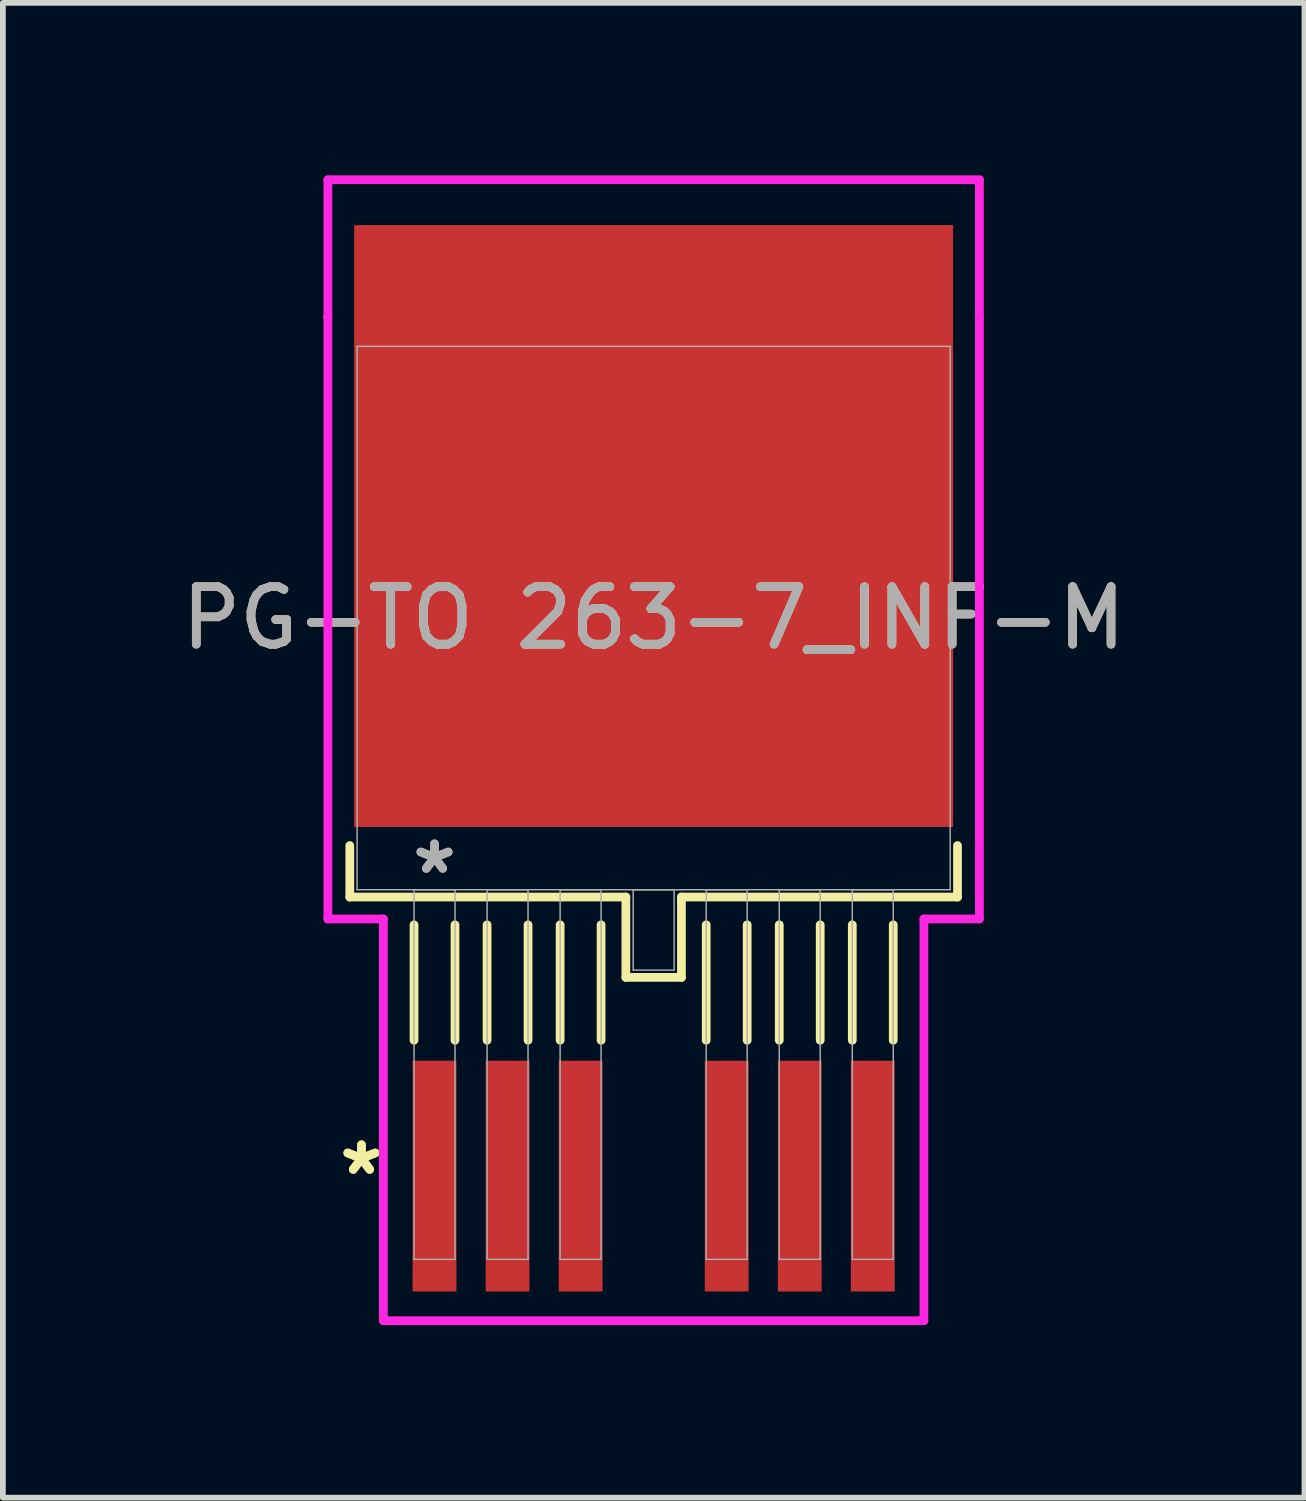
<source format=kicad_pcb>
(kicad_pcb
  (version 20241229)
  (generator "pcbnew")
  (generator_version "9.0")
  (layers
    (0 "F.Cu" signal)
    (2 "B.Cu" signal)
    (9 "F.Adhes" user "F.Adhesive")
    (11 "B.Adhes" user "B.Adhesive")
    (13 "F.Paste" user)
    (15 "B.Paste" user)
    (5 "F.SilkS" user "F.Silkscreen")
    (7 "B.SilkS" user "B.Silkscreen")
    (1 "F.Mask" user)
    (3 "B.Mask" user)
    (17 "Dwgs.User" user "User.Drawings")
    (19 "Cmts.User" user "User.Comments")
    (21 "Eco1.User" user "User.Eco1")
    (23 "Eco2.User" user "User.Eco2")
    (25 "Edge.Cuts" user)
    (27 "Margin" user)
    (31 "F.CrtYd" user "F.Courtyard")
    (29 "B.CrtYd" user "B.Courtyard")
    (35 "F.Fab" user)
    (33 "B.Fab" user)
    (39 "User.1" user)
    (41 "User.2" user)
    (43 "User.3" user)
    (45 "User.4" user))
  (footprint "PG-TO 263-7_INF-M"
    (layer "F.Cu")
    (at 8.315 7.696)
    (property "Reference" "PG-TO 263-7_INF-M" (at 0 0 0) (unlocked yes) (layer "F.SilkS") (effects (font (size 1 1) (thickness 0.15))))
    (attr smd)
    (fp_line (start -5.283 3.956) (end -5.283 4.851) (stroke (width 0.152) (type solid)) (layer "F.SilkS"))
    (fp_line (start -5.283 4.851) (end -0.483 4.851) (stroke (width 0.152) (type solid)) (layer "F.SilkS"))
    (fp_line (start -4.166 5.334) (end -4.166 7.341) (stroke (width 0.152) (type solid)) (layer "F.SilkS"))
    (fp_line (start -3.454 5.334) (end -3.454 7.341) (stroke (width 0.152) (type solid)) (layer "F.SilkS"))
    (fp_line (start -2.896 5.334) (end -2.896 7.341) (stroke (width 0.152) (type solid)) (layer "F.SilkS"))
    (fp_line (start -2.184 5.334) (end -2.184 7.341) (stroke (width 0.152) (type solid)) (layer "F.SilkS"))
    (fp_line (start -1.626 5.334) (end -1.626 7.341) (stroke (width 0.152) (type solid)) (layer "F.SilkS"))
    (fp_line (start -0.914 5.334) (end -0.914 7.341) (stroke (width 0.152) (type solid)) (layer "F.SilkS"))
    (fp_line (start -0.483 4.851) (end -0.483 6.248) (stroke (width 0.152) (type solid)) (layer "F.SilkS"))
    (fp_line (start -0.483 6.248) (end 0.483 6.248) (stroke (width 0.152) (type solid)) (layer "F.SilkS"))
    (fp_line (start 0.483 4.851) (end 5.283 4.851) (stroke (width 0.152) (type solid)) (layer "F.SilkS"))
    (fp_line (start 0.483 6.248) (end 0.483 4.851) (stroke (width 0.152) (type solid)) (layer "F.SilkS"))
    (fp_line (start 0.914 5.334) (end 0.914 7.341) (stroke (width 0.152) (type solid)) (layer "F.SilkS"))
    (fp_line (start 1.626 5.334) (end 1.626 7.341) (stroke (width 0.152) (type solid)) (layer "F.SilkS"))
    (fp_line (start 2.184 5.334) (end 2.184 7.341) (stroke (width 0.152) (type solid)) (layer "F.SilkS"))
    (fp_line (start 2.896 5.334) (end 2.896 7.341) (stroke (width 0.152) (type solid)) (layer "F.SilkS"))
    (fp_line (start 3.454 5.334) (end 3.454 7.341) (stroke (width 0.152) (type solid)) (layer "F.SilkS"))
    (fp_line (start 4.166 5.334) (end 4.166 7.341) (stroke (width 0.152) (type solid)) (layer "F.SilkS"))
    (fp_line (start 5.283 4.851) (end 5.283 3.956) (stroke (width 0.152) (type solid)) (layer "F.SilkS"))
    (fp_line (start -5.664 -7.62) (end 5.664 -7.62) (stroke (width 0.152) (type solid)) (layer "F.CrtYd"))
    (fp_line (start -5.664 -5.232) (end -5.664 -7.62) (stroke (width 0.152) (type solid)) (layer "F.CrtYd"))
    (fp_line (start -5.664 -5.232) (end -5.664 -5.232) (stroke (width 0.152) (type solid)) (layer "F.CrtYd"))
    (fp_line (start -5.664 5.232) (end -5.664 -5.232) (stroke (width 0.152) (type solid)) (layer "F.CrtYd"))
    (fp_line (start -4.699 5.232) (end -5.664 5.232) (stroke (width 0.152) (type solid)) (layer "F.CrtYd"))
    (fp_line (start -4.699 12.217) (end -4.699 5.232) (stroke (width 0.152) (type solid)) (layer "F.CrtYd"))
    (fp_line (start 4.699 5.232) (end 4.699 12.217) (stroke (width 0.152) (type solid)) (layer "F.CrtYd"))
    (fp_line (start 4.699 12.217) (end -4.699 12.217) (stroke (width 0.152) (type solid)) (layer "F.CrtYd"))
    (fp_line (start 5.664 -7.62) (end 5.664 -5.232) (stroke (width 0.152) (type solid)) (layer "F.CrtYd"))
    (fp_line (start 5.664 -5.232) (end 5.664 -5.232) (stroke (width 0.152) (type solid)) (layer "F.CrtYd"))
    (fp_line (start 5.664 -5.232) (end 5.664 5.232) (stroke (width 0.152) (type solid)) (layer "F.CrtYd"))
    (fp_line (start 5.664 5.232) (end 4.699 5.232) (stroke (width 0.152) (type solid)) (layer "F.CrtYd"))
    (fp_line (start -5.156 -4.724) (end -5.156 4.724) (stroke (width 0.025) (type solid)) (layer "F.Fab"))
    (fp_line (start -5.156 4.724) (end 5.156 4.724) (stroke (width 0.025) (type solid)) (layer "F.Fab"))
    (fp_line (start -4.166 4.724) (end -4.166 11.151) (stroke (width 0.025) (type solid)) (layer "F.Fab"))
    (fp_line (start -4.166 11.151) (end -3.454 11.151) (stroke (width 0.025) (type solid)) (layer "F.Fab"))
    (fp_line (start -3.454 4.724) (end -4.166 4.724) (stroke (width 0.025) (type solid)) (layer "F.Fab"))
    (fp_line (start -3.454 11.151) (end -3.454 4.724) (stroke (width 0.025) (type solid)) (layer "F.Fab"))
    (fp_line (start -2.896 4.724) (end -2.896 11.151) (stroke (width 0.025) (type solid)) (layer "F.Fab"))
    (fp_line (start -2.896 11.151) (end -2.184 11.151) (stroke (width 0.025) (type solid)) (layer "F.Fab"))
    (fp_line (start -2.184 4.724) (end -2.896 4.724) (stroke (width 0.025) (type solid)) (layer "F.Fab"))
    (fp_line (start -2.184 11.151) (end -2.184 4.724) (stroke (width 0.025) (type solid)) (layer "F.Fab"))
    (fp_line (start -1.626 4.724) (end -1.626 11.151) (stroke (width 0.025) (type solid)) (layer "F.Fab"))
    (fp_line (start -1.626 11.151) (end -0.914 11.151) (stroke (width 0.025) (type solid)) (layer "F.Fab"))
    (fp_line (start -0.914 4.724) (end -1.626 4.724) (stroke (width 0.025) (type solid)) (layer "F.Fab"))
    (fp_line (start -0.914 11.151) (end -0.914 4.724) (stroke (width 0.025) (type solid)) (layer "F.Fab"))
    (fp_line (start -0.356 4.724) (end -0.356 6.121) (stroke (width 0.025) (type solid)) (layer "F.Fab"))
    (fp_line (start -0.356 6.121) (end 0.356 6.121) (stroke (width 0.025) (type solid)) (layer "F.Fab"))
    (fp_line (start 0.356 4.724) (end -0.356 4.724) (stroke (width 0.025) (type solid)) (layer "F.Fab"))
    (fp_line (start 0.356 6.121) (end 0.356 4.724) (stroke (width 0.025) (type solid)) (layer "F.Fab"))
    (fp_line (start 0.914 4.724) (end 0.914 11.151) (stroke (width 0.025) (type solid)) (layer "F.Fab"))
    (fp_line (start 0.914 11.151) (end 1.626 11.151) (stroke (width 0.025) (type solid)) (layer "F.Fab"))
    (fp_line (start 1.626 4.724) (end 0.914 4.724) (stroke (width 0.025) (type solid)) (layer "F.Fab"))
    (fp_line (start 1.626 11.151) (end 1.626 4.724) (stroke (width 0.025) (type solid)) (layer "F.Fab"))
    (fp_line (start 2.184 4.724) (end 2.184 11.151) (stroke (width 0.025) (type solid)) (layer "F.Fab"))
    (fp_line (start 2.184 11.151) (end 2.896 11.151) (stroke (width 0.025) (type solid)) (layer "F.Fab"))
    (fp_line (start 2.896 4.724) (end 2.184 4.724) (stroke (width 0.025) (type solid)) (layer "F.Fab"))
    (fp_line (start 2.896 11.151) (end 2.896 4.724) (stroke (width 0.025) (type solid)) (layer "F.Fab"))
    (fp_line (start 3.454 4.724) (end 3.454 11.151) (stroke (width 0.025) (type solid)) (layer "F.Fab"))
    (fp_line (start 3.454 11.151) (end 4.166 11.151) (stroke (width 0.025) (type solid)) (layer "F.Fab"))
    (fp_line (start 4.166 4.724) (end 3.454 4.724) (stroke (width 0.025) (type solid)) (layer "F.Fab"))
    (fp_line (start 4.166 11.151) (end 4.166 4.724) (stroke (width 0.025) (type solid)) (layer "F.Fab"))
    (fp_line (start 5.156 -4.724) (end -5.156 -4.724) (stroke (width 0.025) (type solid)) (layer "F.Fab"))
    (fp_line (start 5.156 4.724) (end 5.156 -4.724) (stroke (width 0.025) (type solid)) (layer "F.Fab"))
    (fp_text user "*" (at -5.08 9.703 0) (layer "F.SilkS") (effects (font (size 1 1) (thickness 0.15))))
    (fp_text user "*" (at -5.08 9.703 0) (unlocked yes) (layer "F.SilkS") (effects (font (size 1 1) (thickness 0.15))))
    (fp_text user "${REFERENCE}" (at 0 0 0) (unlocked yes) (layer "F.Fab") (effects (font (size 1 1) (thickness 0.15))))
    (fp_text user "*" (at -3.81 4.47 0) (unlocked yes) (layer "F.Fab") (effects (font (size 1 1) (thickness 0.15))))
    (fp_text user "*" (at -3.81 4.47 0) (layer "F.Fab") (effects (font (size 1 1) (thickness 0.15))))
    (pad "1" smd rect (at -3.81 9.703) (size 0.762 4.013) (layers "F.Cu" "F.Mask" "F.Paste"))
    (pad "2" smd rect (at -2.54 9.703) (size 0.762 4.013) (layers "F.Cu" "F.Mask" "F.Paste"))
    (pad "3" smd rect (at -1.27 9.703) (size 0.762 4.013) (layers "F.Cu" "F.Mask" "F.Paste"))
    (pad "4" smd rect (at 0 -1.6) (size 10.414 10.465) (layers "F.Cu" "F.Mask" "F.Paste"))
    (pad "5" smd rect (at 1.27 9.703) (size 0.762 4.013) (layers "F.Cu" "F.Mask" "F.Paste"))
    (pad "6" smd rect (at 2.54 9.703) (size 0.762 4.013) (layers "F.Cu" "F.Mask" "F.Paste"))
    (pad "7" smd rect (at 3.81 9.703) (size 0.762 4.013) (layers "F.Cu" "F.Mask" "F.Paste")))
  (gr_rect
    (start -3 -3)
    (end 19.631 22.99)
    (stroke (width 0.1) (type default))
    (fill no)
    (layer "Edge.Cuts")))
</source>
